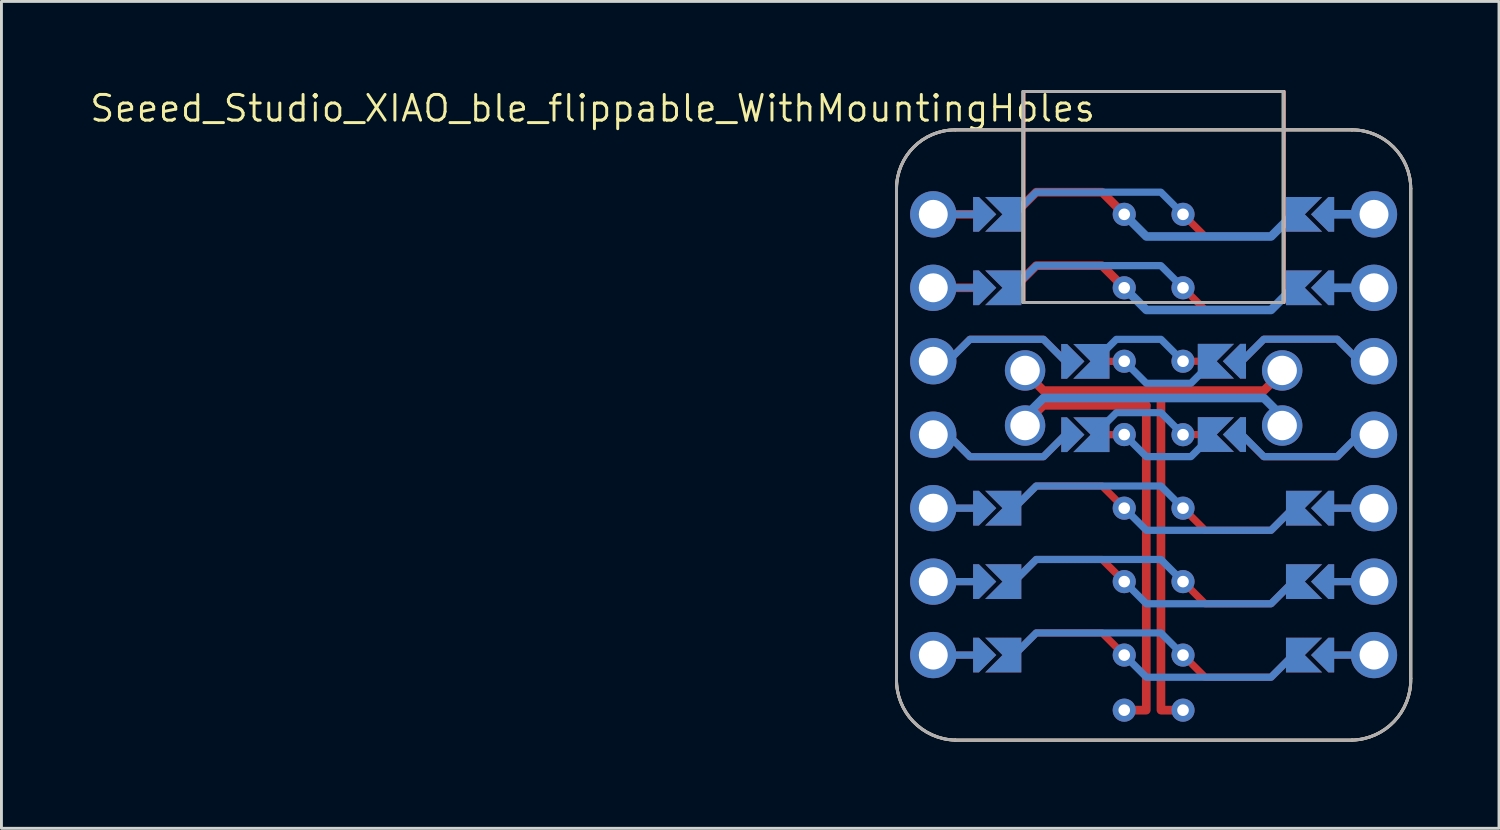
<source format=kicad_pcb>
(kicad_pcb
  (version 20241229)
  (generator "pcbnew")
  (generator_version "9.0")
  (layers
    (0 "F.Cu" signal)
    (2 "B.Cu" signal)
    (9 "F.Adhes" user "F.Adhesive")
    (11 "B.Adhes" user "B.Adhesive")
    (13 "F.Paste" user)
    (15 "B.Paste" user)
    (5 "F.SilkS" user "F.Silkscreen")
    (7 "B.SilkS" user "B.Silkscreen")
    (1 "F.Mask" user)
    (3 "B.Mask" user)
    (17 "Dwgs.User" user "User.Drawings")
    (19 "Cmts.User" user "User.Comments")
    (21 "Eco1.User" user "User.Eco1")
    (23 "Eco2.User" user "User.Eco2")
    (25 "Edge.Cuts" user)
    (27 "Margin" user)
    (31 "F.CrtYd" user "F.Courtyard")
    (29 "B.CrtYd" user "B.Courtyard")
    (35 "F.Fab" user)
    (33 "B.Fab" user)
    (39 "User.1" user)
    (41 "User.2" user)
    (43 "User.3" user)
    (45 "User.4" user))
  (footprint "Seeed_Studio_XIAO_ble_flippable_WithMountingHoles"
    (layer "F.Cu")
    (at 36.84 11.981)
    (property "Reference" "Seeed_Studio_XIAO_ble_flippable_WithMountingHoles" (at -19.399 -11.283 0) (layer "F.SilkS") (effects (font (size 0.889 0.889) (thickness 0.102))))
    (attr smd exclude_from_pos_files)
    (fp_line (start -8.89 -8.509) (end -8.89 8.427) (stroke (width 0.102) (type solid)) (layer "F.SilkS"))
    (fp_line (start -6.858 10.561) (end 6.858 10.561) (stroke (width 0.102) (type solid)) (layer "F.SilkS"))
    (fp_line (start 6.858 -10.541) (end -6.858 -10.541) (stroke (width 0.102) (type solid)) (layer "F.SilkS"))
    (fp_line (start 8.89 8.427) (end 8.89 -8.509) (stroke (width 0.102) (type solid)) (layer "F.SilkS"))
    (fp_rect (start -4.52 -4.569) (end 4.48 -11.869) (stroke (width 0.1) (type solid)) (fill no) (layer "F.SilkS"))
    (fp_arc (start -8.89 -8.509) (mid -8.294841 -9.945841) (end -6.858 -10.541) (stroke (width 0.1016) (type solid)) (layer "F.SilkS"))
    (fp_arc (start -6.858 10.5606) (mid -8.315883 9.914641) (end -8.89 8.427) (stroke (width 0.1016) (type solid)) (layer "F.SilkS"))
    (fp_arc (start 6.858 -10.541) (mid 8.294841 -9.945841) (end 8.89 -8.509) (stroke (width 0.1016) (type solid)) (layer "F.SilkS"))
    (fp_arc (start 8.89 8.427) (mid 8.315883 9.914641) (end 6.858 10.5606) (stroke (width 0.1016) (type solid)) (layer "F.SilkS"))
    (fp_line (start -8.89 8.427) (end -8.89 -8.509) (stroke (width 0.102) (type solid)) (layer "B.SilkS"))
    (fp_line (start -6.858 -10.541) (end 6.858 -10.541) (stroke (width 0.102) (type solid)) (layer "B.SilkS"))
    (fp_line (start 6.858 10.561) (end -6.858 10.561) (stroke (width 0.102) (type solid)) (layer "B.SilkS"))
    (fp_line (start 8.89 -8.509) (end 8.89 8.427) (stroke (width 0.102) (type solid)) (layer "B.SilkS"))
    (fp_rect (start 4.52 -4.569) (end -4.48 -11.869) (stroke (width 0.1) (type solid)) (fill no) (layer "B.SilkS"))
    (fp_arc (start -8.89 -8.509) (mid -8.294841 -9.945841) (end -6.858 -10.541) (stroke (width 0.1016) (type solid)) (layer "B.SilkS"))
    (fp_arc (start -6.858 10.5606) (mid -8.315883 9.914641) (end -8.89 8.427) (stroke (width 0.1016) (type solid)) (layer "B.SilkS"))
    (fp_arc (start 6.858 -10.541) (mid 8.294841 -9.945841) (end 8.89 -8.509) (stroke (width 0.1016) (type solid)) (layer "B.SilkS"))
    (fp_arc (start 8.89 8.427) (mid 8.315883 9.914641) (end 6.858 10.5606) (stroke (width 0.1016) (type solid)) (layer "B.SilkS"))
    (fp_line (start -8.89 -8.509) (end -8.89 8.427) (stroke (width 0.102) (type solid)) (layer "F.Fab"))
    (fp_line (start -6.858 10.561) (end 6.858 10.561) (stroke (width 0.102) (type solid)) (layer "F.Fab"))
    (fp_line (start 6.858 -10.541) (end -6.858 -10.541) (stroke (width 0.102) (type solid)) (layer "F.Fab"))
    (fp_line (start 8.89 8.427) (end 8.89 -8.509) (stroke (width 0.102) (type solid)) (layer "F.Fab"))
    (fp_rect (start -4.52 -4.569) (end 4.48 -11.869) (stroke (width 0.1) (type solid)) (fill no) (layer "F.Fab"))
    (fp_arc (start -8.89 -8.509) (mid -8.294841 -9.945841) (end -6.858 -10.541) (stroke (width 0.1016) (type solid)) (layer "F.Fab"))
    (fp_arc (start -6.858 10.5606) (mid -8.315883 9.914641) (end -8.89 8.427) (stroke (width 0.1016) (type solid)) (layer "F.Fab"))
    (fp_arc (start 6.858 -10.541) (mid 8.294841 -9.945841) (end 8.89 -8.509) (stroke (width 0.1016) (type solid)) (layer "F.Fab"))
    (fp_arc (start 8.89 8.427) (mid 8.315883 9.914641) (end 6.858 10.5606) (stroke (width 0.1016) (type solid)) (layer "F.Fab"))
    (pad "" thru_hole circle (at -7.62 -7.62) (size 1.6 1.6) (drill 1) (layers "*.Cu" "*.Mask"))
    (pad "" thru_hole circle (at -7.62 -5.08) (size 1.6 1.6) (drill 1) (layers "*.Cu" "*.Mask"))
    (pad "" thru_hole circle (at -7.62 -2.54) (size 1.6 1.6) (drill 1) (layers "*.Cu" "*.Mask"))
    (pad "" thru_hole circle (at -7.62 0) (size 1.6 1.6) (drill 1) (layers "*.Cu" "*.Mask"))
    (pad "" thru_hole circle (at -7.62 2.54) (size 1.6 1.6) (drill 1) (layers "*.Cu" "*.Mask"))
    (pad "" thru_hole circle (at -7.62 5.08) (size 1.6 1.6) (drill 1) (layers "*.Cu" "*.Mask"))
    (pad "" thru_hole circle (at -7.62 7.62) (size 1.6 1.6) (drill 1) (layers "*.Cu" "*.Mask"))
    (pad "" smd custom (at -7.112 -2.54 270) (size 0.25 0.25) (layers "F.Cu") (options (anchor circle)) (primitives (gr_line (start -0.762 -0.762) (end 0 0) (width 0.25)) (gr_line (start -0.762 -3.302) (end -0.762 -0.762) (width 0.25)) (gr_line (start 0 -4.064) (end -0.762 -3.302) (width 0.25))))
    (pad "" smd custom (at -7.112 0 270) (size 0.25 0.25) (layers "B.Cu") (options (anchor circle)) (primitives (gr_line (start 0 0) (end 0.762 -0.762) (width 0.25)) (gr_line (start 0.762 -0.762) (end 0.762 -3.302) (width 0.25)) (gr_line (start 0.762 -3.302) (end 0 -4.064) (width 0.25))))
    (pad "" smd custom (at -6.35 -7.62 90) (size 0.25 1) (layers "B.Cu") (options (anchor rect)) (primitives))
    (pad "" smd custom (at -6.35 -7.62 90) (size 0.3 1) (layers "F.Cu") (options (anchor rect)) (primitives))
    (pad "" smd custom (at -6.35 -5.08 90) (size 0.25 1) (layers "B.Cu") (options (anchor rect)) (primitives))
    (pad "" smd custom (at -6.35 -5.08 90) (size 0.3 1) (layers "F.Cu") (options (anchor rect)) (primitives))
    (pad "" smd custom (at -6.35 2.54 90) (size 0.25 1) (layers "F.Cu") (options (anchor rect)) (primitives))
    (pad "" smd custom (at -6.35 2.54 90) (size 0.25 1) (layers "B.Cu") (options (anchor rect)) (primitives))
    (pad "" smd custom (at -6.35 5.08 90) (size 0.25 1) (layers "F.Cu") (options (anchor rect)) (primitives))
    (pad "" smd custom (at -6.35 5.08 90) (size 0.25 1) (layers "B.Cu") (options (anchor rect)) (primitives))
    (pad "" smd custom (at -6.35 7.62 90) (size 0.25 1) (layers "F.Cu") (options (anchor rect)) (primitives))
    (pad "" smd custom (at -6.35 7.62 90) (size 0.25 1) (layers "B.Cu") (options (anchor rect)) (primitives))
    (pad "" smd custom (at -5.842 -7.62 90) (size 0.1 0.1) (layers "F.Cu" "F.Mask") (options (anchor rect)) (primitives (gr_poly (pts (xy 0.6 -0.4) (xy -0.6 -0.4) (xy -0.6 -0.2) (xy 0 0.4) (xy 0.6 -0.2)) (width 0) (fill yes))))
    (pad "" smd custom (at -5.842 -7.62 90) (size 0.1 0.1) (layers "B.Cu" "B.Mask") (options (anchor rect)) (primitives (gr_poly (pts (xy 0.6 -0.4) (xy -0.6 -0.4) (xy -0.6 -0.2) (xy 0 0.4) (xy 0.6 -0.2)) (width 0) (fill yes))))
    (pad "" smd custom (at -5.842 -5.08 90) (size 0.1 0.1) (layers "F.Cu" "F.Mask") (options (anchor rect)) (primitives (gr_poly (pts (xy 0.6 -0.4) (xy -0.6 -0.4) (xy -0.6 -0.2) (xy 0 0.4) (xy 0.6 -0.2)) (width 0) (fill yes))))
    (pad "" smd custom (at -5.842 -5.08 90) (size 0.1 0.1) (layers "B.Cu" "B.Mask") (options (anchor rect)) (primitives (gr_poly (pts (xy 0.6 -0.4) (xy -0.6 -0.4) (xy -0.6 -0.2) (xy 0 0.4) (xy 0.6 -0.2)) (width 0) (fill yes))))
    (pad "" smd custom (at -5.842 2.54 90) (size 0.1 0.1) (layers "F.Cu" "F.Mask") (options (anchor rect)) (primitives (gr_poly (pts (xy 0.6 -0.4) (xy -0.6 -0.4) (xy -0.6 -0.2) (xy 0 0.4) (xy 0.6 -0.2)) (width 0) (fill yes))))
    (pad "" smd custom (at -5.842 2.54 90) (size 0.1 0.1) (layers "B.Cu" "B.Mask") (options (anchor rect)) (primitives (gr_poly (pts (xy 0.6 -0.4) (xy -0.6 -0.4) (xy -0.6 -0.2) (xy 0 0.4) (xy 0.6 -0.2)) (width 0) (fill yes))))
    (pad "" smd custom (at -5.842 5.08 90) (size 0.1 0.1) (layers "F.Cu" "F.Mask") (options (anchor rect)) (primitives (gr_poly (pts (xy 0.6 -0.4) (xy -0.6 -0.4) (xy -0.6 -0.2) (xy 0 0.4) (xy 0.6 -0.2)) (width 0) (fill yes))))
    (pad "" smd custom (at -5.842 5.08 90) (size 0.1 0.1) (layers "B.Cu" "B.Mask") (options (anchor rect)) (primitives (gr_poly (pts (xy 0.6 -0.4) (xy -0.6 -0.4) (xy -0.6 -0.2) (xy 0 0.4) (xy 0.6 -0.2)) (width 0) (fill yes))))
    (pad "" smd custom (at -5.842 7.62 90) (size 0.1 0.1) (layers "F.Cu" "F.Mask") (options (anchor rect)) (primitives (gr_poly (pts (xy 0.6 -0.4) (xy -0.6 -0.4) (xy -0.6 -0.2) (xy 0 0.4) (xy 0.6 -0.2)) (width 0) (fill yes))))
    (pad "" smd custom (at -5.842 7.62 90) (size 0.1 0.1) (layers "B.Cu" "B.Mask") (options (anchor rect)) (primitives (gr_poly (pts (xy 0.6 -0.4) (xy -0.6 -0.4) (xy -0.6 -0.2) (xy 0 0.4) (xy 0.6 -0.2)) (width 0) (fill yes))))
    (pad "" smd custom (at -3.048 -2.536 90) (size 0.25 0.25) (layers "B.Cu") (options (anchor circle)) (primitives (gr_line (start 0 0) (end 0.762 -0.762) (width 0.25)) (gr_line (start 0.762 -0.762) (end 0.762 -3.302) (width 0.25)) (gr_line (start 0.762 -3.302) (end 0 -4.064) (width 0.25))))
    (pad "" smd custom (at -3.048 0 90) (size 0.25 0.25) (layers "F.Cu") (options (anchor circle)) (primitives (gr_line (start -0.762 -0.762) (end 0 0) (width 0.25)) (gr_line (start -0.762 -3.302) (end -0.762 -0.762) (width 0.25)) (gr_line (start 0 -4.064) (end -0.762 -3.302) (width 0.25))))
    (pad "" smd custom (at -2.794 -2.536 90) (size 0.1 0.1) (layers "F.Cu" "F.Mask") (options (anchor rect)) (primitives (gr_poly (pts (xy 0.6 -0.4) (xy -0.6 -0.4) (xy -0.6 -0.2) (xy 0 0.4) (xy 0.6 -0.2)) (width 0) (fill yes))))
    (pad "" smd custom (at -2.794 -2.536 90) (size 0.1 0.1) (layers "B.Cu" "B.Mask") (options (anchor rect)) (primitives (gr_poly (pts (xy 0.6 -0.4) (xy -0.6 -0.4) (xy -0.6 -0.2) (xy 0 0.4) (xy 0.6 -0.2)) (width 0) (fill yes))))
    (pad "" smd custom (at -2.794 0 90) (size 0.1 0.1) (layers "F.Cu" "F.Mask") (options (anchor rect)) (primitives (gr_poly (pts (xy 0.6 -0.4) (xy -0.6 -0.4) (xy -0.6 -0.2) (xy 0 0.4) (xy 0.6 -0.2)) (width 0) (fill yes))))
    (pad "" smd custom (at -2.794 0 90) (size 0.1 0.1) (layers "B.Cu" "B.Mask") (options (anchor rect)) (primitives (gr_poly (pts (xy 0.6 -0.4) (xy -0.6 -0.4) (xy -0.6 -0.2) (xy 0 0.4) (xy 0.6 -0.2)) (width 0) (fill yes))))
    (pad "" smd custom (at 2.794 -2.54 270) (size 0.1 0.1) (layers "F.Cu" "F.Mask") (options (anchor rect)) (primitives (gr_poly (pts (xy 0.6 -0.4) (xy -0.6 -0.4) (xy -0.6 -0.2) (xy 0 0.4) (xy 0.6 -0.2)) (width 0) (fill yes))))
    (pad "" smd custom (at 2.794 -2.54 270) (size 0.1 0.1) (layers "B.Cu" "B.Mask") (options (anchor rect)) (primitives (gr_poly (pts (xy 0.6 -0.4) (xy -0.6 -0.4) (xy -0.6 -0.2) (xy 0 0.4) (xy 0.6 -0.2)) (width 0) (fill yes))))
    (pad "" smd custom (at 2.794 -0.004 270) (size 0.1 0.1) (layers "F.Cu" "F.Mask") (options (anchor rect)) (primitives (gr_poly (pts (xy 0.6 -0.4) (xy -0.6 -0.4) (xy -0.6 -0.2) (xy 0 0.4) (xy 0.6 -0.2)) (width 0) (fill yes))))
    (pad "" smd custom (at 2.794 -0.004 270) (size 0.1 0.1) (layers "B.Cu" "B.Mask") (options (anchor rect)) (primitives (gr_poly (pts (xy 0.6 -0.4) (xy -0.6 -0.4) (xy -0.6 -0.2) (xy 0 0.4) (xy 0.6 -0.2)) (width 0) (fill yes))))
    (pad "" smd custom (at 3.048 -2.54 270) (size 0.25 0.25) (layers "F.Cu") (options (anchor circle)) (primitives (gr_line (start -0.762 -0.762) (end 0 0) (width 0.25)) (gr_line (start -0.762 -3.302) (end -0.762 -0.762) (width 0.25)) (gr_line (start 0 -4.064) (end -0.762 -3.302) (width 0.25))))
    (pad "" smd custom (at 3.048 -0.004 270) (size 0.25 0.25) (layers "B.Cu") (options (anchor circle)) (primitives (gr_line (start 0 0) (end 0.762 -0.762) (width 0.25)) (gr_line (start 0.762 -0.762) (end 0.762 -3.302) (width 0.25)) (gr_line (start 0.762 -3.302) (end 0 -4.064) (width 0.25))))
    (pad "" smd custom (at 5.842 -7.62 270) (size 0.1 0.1) (layers "F.Cu" "F.Mask") (options (anchor rect)) (primitives (gr_poly (pts (xy 0.6 -0.4) (xy -0.6 -0.4) (xy -0.6 -0.2) (xy 0 0.4) (xy 0.6 -0.2)) (width 0) (fill yes))))
    (pad "" smd custom (at 5.842 -7.62 270) (size 0.1 0.1) (layers "B.Cu" "B.Mask") (options (anchor rect)) (primitives (gr_poly (pts (xy 0.6 -0.4) (xy -0.6 -0.4) (xy -0.6 -0.2) (xy 0 0.4) (xy 0.6 -0.2)) (width 0) (fill yes))))
    (pad "" smd custom (at 5.842 -5.08 270) (size 0.1 0.1) (layers "F.Cu" "F.Mask") (options (anchor rect)) (primitives (gr_poly (pts (xy 0.6 -0.4) (xy -0.6 -0.4) (xy -0.6 -0.2) (xy 0 0.4) (xy 0.6 -0.2)) (width 0) (fill yes))))
    (pad "" smd custom (at 5.842 -5.08 270) (size 0.1 0.1) (layers "B.Cu" "B.Mask") (options (anchor rect)) (primitives (gr_poly (pts (xy 0.6 -0.4) (xy -0.6 -0.4) (xy -0.6 -0.2) (xy 0 0.4) (xy 0.6 -0.2)) (width 0) (fill yes))))
    (pad "" smd custom (at 5.842 2.54 270) (size 0.1 0.1) (layers "F.Cu" "F.Mask") (options (anchor rect)) (primitives (gr_poly (pts (xy 0.6 -0.4) (xy -0.6 -0.4) (xy -0.6 -0.2) (xy 0 0.4) (xy 0.6 -0.2)) (width 0) (fill yes))))
    (pad "" smd custom (at 5.842 2.54 270) (size 0.1 0.1) (layers "B.Cu" "B.Mask") (options (anchor rect)) (primitives (gr_poly (pts (xy 0.6 -0.4) (xy -0.6 -0.4) (xy -0.6 -0.2) (xy 0 0.4) (xy 0.6 -0.2)) (width 0) (fill yes))))
    (pad "" smd custom (at 5.842 5.08 270) (size 0.1 0.1) (layers "F.Cu" "F.Mask") (options (anchor rect)) (primitives (gr_poly (pts (xy 0.6 -0.4) (xy -0.6 -0.4) (xy -0.6 -0.2) (xy 0 0.4) (xy 0.6 -0.2)) (width 0) (fill yes))))
    (pad "" smd custom (at 5.842 5.08 270) (size 0.1 0.1) (layers "B.Cu" "B.Mask") (options (anchor rect)) (primitives (gr_poly (pts (xy 0.6 -0.4) (xy -0.6 -0.4) (xy -0.6 -0.2) (xy 0 0.4) (xy 0.6 -0.2)) (width 0) (fill yes))))
    (pad "" smd custom (at 5.842 7.62 270) (size 0.1 0.1) (layers "F.Cu" "F.Mask") (options (anchor rect)) (primitives (gr_poly (pts (xy 0.6 -0.4) (xy -0.6 -0.4) (xy -0.6 -0.2) (xy 0 0.4) (xy 0.6 -0.2)) (width 0) (fill yes))))
    (pad "" smd custom (at 5.842 7.62 270) (size 0.1 0.1) (layers "B.Cu" "B.Mask") (options (anchor rect)) (primitives (gr_poly (pts (xy 0.6 -0.4) (xy -0.6 -0.4) (xy -0.6 -0.2) (xy 0 0.4) (xy 0.6 -0.2)) (width 0) (fill yes))))
    (pad "" smd custom (at 6.35 -7.62 270) (size 0.25 1) (layers "F.Cu") (options (anchor rect)) (primitives))
    (pad "" smd custom (at 6.35 -7.62 270) (size 0.3 1) (layers "B.Cu") (options (anchor rect)) (primitives))
    (pad "" smd custom (at 6.35 -5.08 270) (size 0.25 1) (layers "F.Cu") (options (anchor rect)) (primitives))
    (pad "" smd custom (at 6.35 -5.08 270) (size 0.3 1) (layers "B.Cu") (options (anchor rect)) (primitives))
    (pad "" smd custom (at 6.35 2.54 270) (size 0.25 1) (layers "F.Cu") (options (anchor rect)) (primitives))
    (pad "" smd custom (at 6.35 2.54 270) (size 0.25 1) (layers "B.Cu") (options (anchor rect)) (primitives))
    (pad "" smd custom (at 6.35 5.08 270) (size 0.25 1) (layers "F.Cu") (options (anchor rect)) (primitives))
    (pad "" smd custom (at 6.35 5.08 270) (size 0.25 1) (layers "B.Cu") (options (anchor rect)) (primitives))
    (pad "" smd custom (at 6.35 7.62 270) (size 0.25 1) (layers "F.Cu") (options (anchor rect)) (primitives))
    (pad "" smd custom (at 6.35 7.62 270) (size 0.25 1) (layers "B.Cu") (options (anchor rect)) (primitives))
    (pad "" smd custom (at 7.112 -2.54 90) (size 0.25 0.25) (layers "B.Cu") (options (anchor circle)) (primitives (gr_line (start 0 0) (end 0.762 -0.762) (width 0.25)) (gr_line (start 0.762 -0.762) (end 0.762 -3.302) (width 0.25)) (gr_line (start 0.762 -3.302) (end 0 -4.064) (width 0.25))))
    (pad "" smd custom (at 7.112 0 90) (size 0.25 0.25) (layers "F.Cu") (options (anchor circle)) (primitives (gr_line (start -0.762 -0.762) (end 0 0) (width 0.25)) (gr_line (start -0.762 -3.302) (end -0.762 -0.762) (width 0.25)) (gr_line (start 0 -4.064) (end -0.762 -3.302) (width 0.25))))
    (pad "" thru_hole circle (at 7.62 -7.62 180) (size 1.6 1.6) (drill 1) (layers "*.Cu" "*.Mask"))
    (pad "" thru_hole circle (at 7.62 -5.08 180) (size 1.6 1.6) (drill 1) (layers "*.Cu" "*.Mask"))
    (pad "" thru_hole circle (at 7.62 -2.54 180) (size 1.6 1.6) (drill 1) (layers "*.Cu" "*.Mask"))
    (pad "" thru_hole circle (at 7.62 0 180) (size 1.6 1.6) (drill 1) (layers "*.Cu" "*.Mask"))
    (pad "" thru_hole circle (at 7.62 2.54 180) (size 1.6 1.6) (drill 1) (layers "*.Cu" "*.Mask"))
    (pad "" thru_hole circle (at 7.62 5.08 180) (size 1.6 1.6) (drill 1) (layers "*.Cu" "*.Mask"))
    (pad "" thru_hole circle (at 7.62 7.62 180) (size 1.6 1.6) (drill 1) (layers "*.Cu" "*.Mask"))
    (pad "1" smd custom (at -4.826 -7.62 90) (size 1.2 0.5) (layers "B.Cu" "B.Mask") (options (anchor rect)) (primitives (gr_poly (pts (xy 0.6 0) (xy -0.6 0) (xy -0.6 -1) (xy 0 -0.4) (xy 0.6 -1)) (width 0) (fill yes))))
    (pad "1" smd custom (at 1.016 -7.62 270) (size 0.25 0.25) (layers "F.Cu") (options (anchor circle)) (primitives (gr_line (start 0 0) (end 0.766 -0.766) (width 0.25)) (gr_line (start 0.766 -0.766) (end 0.766 -3.044) (width 0.25)) (gr_line (start 0.766 -3.044) (end 0 -3.81) (width 0.25))))
    (pad "1" smd custom (at 1.016 -7.62 270) (size 0.25 0.25) (layers "B.Cu") (options (anchor circle)) (primitives (gr_line (start 0 0) (end -0.766 0.766) (width 0.25)) (gr_line (start -0.766 0.766) (end -0.766 5.076) (width 0.25)) (gr_line (start -0.766 5.076) (end 0 5.842) (width 0.25))))
    (pad "1" thru_hole circle (at 1.016 -7.62 90) (size 0.8 0.8) (drill 0.4) (layers "*.Cu"))
    (pad "1" smd custom (at 4.826 -7.62 270) (size 1.2 0.5) (layers "F.Cu" "F.Mask") (options (anchor rect)) (primitives (gr_poly (pts (xy 0.6 0) (xy -0.6 0) (xy -0.6 -1) (xy 0 -0.4) (xy 0.6 -1)) (width 0) (fill yes))))
    (pad "2" smd custom (at -4.826 -5.08 90) (size 1.2 0.5) (layers "B.Cu" "B.Mask") (options (anchor rect)) (primitives (gr_poly (pts (xy 0.6 0) (xy -0.6 0) (xy -0.6 -1) (xy 0 -0.4) (xy 0.6 -1)) (width 0) (fill yes))))
    (pad "2" smd custom (at 1.016 -5.08 270) (size 0.25 0.25) (layers "F.Cu") (options (anchor circle)) (primitives (gr_line (start 0 0) (end 0.766 -0.766) (width 0.25)) (gr_line (start 0.766 -0.766) (end 0.766 -3.044) (width 0.25)) (gr_line (start 0.766 -3.044) (end 0 -3.81) (width 0.25))))
    (pad "2" smd custom (at 1.016 -5.08 270) (size 0.25 0.25) (layers "B.Cu") (options (anchor circle)) (primitives (gr_line (start 0 0) (end -0.766 0.766) (width 0.25)) (gr_line (start -0.766 0.766) (end -0.766 5.076) (width 0.25)) (gr_line (start -0.766 5.076) (end 0 5.842) (width 0.25))))
    (pad "2" thru_hole circle (at 1.016 -5.08 90) (size 0.8 0.8) (drill 0.4) (layers "*.Cu"))
    (pad "2" smd custom (at 4.826 -5.08 270) (size 1.2 0.5) (layers "F.Cu" "F.Mask") (options (anchor rect)) (primitives (gr_poly (pts (xy 0.6 0) (xy -0.6 0) (xy -0.6 -1) (xy 0 -0.4) (xy 0.6 -1)) (width 0) (fill yes))))
    (pad "3" smd custom (at -1.778 -2.536 90) (size 1.2 0.5) (layers "B.Cu" "B.Mask") (options (anchor rect)) (primitives (gr_poly (pts (xy 0.6 0) (xy -0.6 0) (xy -0.6 -1) (xy 0 -0.4) (xy 0.6 -1)) (width 0) (fill yes))))
    (pad "3" thru_hole circle (at 1.016 -2.54 270) (size 0.8 0.8) (drill 0.4) (layers "*.Cu"))
    (pad "3" smd custom (at 1.016 -2.536 90) (size 0.25 0.25) (layers "B.Cu") (options (anchor circle)) (primitives (gr_line (start 0 0) (end 0.762 -0.762) (width 0.25)) (gr_line (start 0.762 -0.762) (end 0.762 -2.306) (width 0.25)) (gr_line (start 0.762 -2.306) (end 0 -3.068) (width 0.25))))
    (pad "3" smd custom (at 1.27 -2.54 270) (size 0.25 1) (layers "F.Cu") (options (anchor rect)) (primitives))
    (pad "3" smd custom (at 1.778 -2.54 270) (size 1.2 0.5) (layers "F.Cu" "F.Mask") (options (anchor rect)) (primitives (gr_poly (pts (xy 0.6 0) (xy -0.6 0) (xy -0.6 -1) (xy 0 -0.4) (xy 0.6 -1)) (width 0) (fill yes))))
    (pad "4" smd custom (at -1.778 0 90) (size 1.2 0.5) (layers "B.Cu" "B.Mask") (options (anchor rect)) (primitives (gr_poly (pts (xy 0.6 0) (xy -0.6 0) (xy -0.6 -1) (xy 0 -0.4) (xy 0.6 -1)) (width 0) (fill yes))))
    (pad "4" smd custom (at 1.016 0 90) (size 0.25 0.25) (layers "B.Cu") (options (anchor circle)) (primitives (gr_line (start 0 0) (end 0.762 -0.762) (width 0.25)) (gr_line (start 0.762 -0.762) (end 0.762 -2.306) (width 0.25)) (gr_line (start 0.762 -2.306) (end 0 -3.068) (width 0.25))))
    (pad "4" thru_hole circle (at 1.016 0 90) (size 0.8 0.8) (drill 0.4) (layers "*.Cu"))
    (pad "4" smd custom (at 1.27 -0.004 90) (size 0.25 1) (layers "F.Cu") (options (anchor rect)) (primitives))
    (pad "4" smd custom (at 1.778 -0.004 270) (size 1.2 0.5) (layers "F.Cu" "F.Mask") (options (anchor rect)) (primitives (gr_poly (pts (xy 0.6 0) (xy -0.6 0) (xy -0.6 -1) (xy 0 -0.4) (xy 0.6 -1)) (width 0) (fill yes))))
    (pad "5" smd custom (at -4.826 2.54 90) (size 1.2 0.5) (layers "B.Cu" "B.Mask") (options (anchor rect)) (primitives (gr_poly (pts (xy 0.6 0) (xy -0.6 0) (xy -0.6 -1) (xy 0 -0.4) (xy 0.6 -1)) (width 0) (fill yes))))
    (pad "5" smd custom (at 1.016 2.54 270) (size 0.25 0.25) (layers "F.Cu") (options (anchor circle)) (primitives (gr_line (start 0 0) (end 0.766 -0.766) (width 0.25)) (gr_line (start 0.766 -0.766) (end 0.766 -3.044) (width 0.25)) (gr_line (start 0.766 -3.044) (end 0 -3.81) (width 0.25))))
    (pad "5" smd custom (at 1.016 2.54 270) (size 0.25 0.25) (layers "B.Cu") (options (anchor circle)) (primitives (gr_line (start 0 0) (end -0.766 0.766) (width 0.25)) (gr_line (start -0.766 0.766) (end -0.766 5.076) (width 0.25)) (gr_line (start -0.766 5.076) (end 0 5.842) (width 0.25))))
    (pad "5" thru_hole circle (at 1.016 2.54 90) (size 0.8 0.8) (drill 0.4) (layers "*.Cu"))
    (pad "5" smd custom (at 4.826 2.54 270) (size 1.2 0.5) (layers "F.Cu" "F.Mask") (options (anchor rect)) (primitives (gr_poly (pts (xy 0.6 0) (xy -0.6 0) (xy -0.6 -1) (xy 0 -0.4) (xy 0.6 -1)) (width 0) (fill yes))))
    (pad "6" smd custom (at -4.826 5.08 90) (size 1.2 0.5) (layers "B.Cu" "B.Mask") (options (anchor rect)) (primitives (gr_poly (pts (xy 0.6 0) (xy -0.6 0) (xy -0.6 -1) (xy 0 -0.4) (xy 0.6 -1)) (width 0) (fill yes))))
    (pad "6" smd custom (at 1.016 5.08 270) (size 0.25 0.25) (layers "F.Cu") (options (anchor circle)) (primitives (gr_line (start 0 0) (end 0.766 -0.766) (width 0.25)) (gr_line (start 0.766 -0.766) (end 0.766 -3.044) (width 0.25)) (gr_line (start 0.766 -3.044) (end 0 -3.81) (width 0.25))))
    (pad "6" smd custom (at 1.016 5.08 270) (size 0.25 0.25) (layers "B.Cu") (options (anchor circle)) (primitives (gr_line (start 0 0) (end -0.766 0.766) (width 0.25)) (gr_line (start -0.766 0.766) (end -0.766 5.076) (width 0.25)) (gr_line (start -0.766 5.076) (end 0 5.842) (width 0.25))))
    (pad "6" thru_hole circle (at 1.016 5.08 90) (size 0.8 0.8) (drill 0.4) (layers "*.Cu"))
    (pad "6" smd custom (at 4.826 5.08 270) (size 1.2 0.5) (layers "F.Cu" "F.Mask") (options (anchor rect)) (primitives (gr_poly (pts (xy 0.6 0) (xy -0.6 0) (xy -0.6 -1) (xy 0 -0.4) (xy 0.6 -1)) (width 0) (fill yes))))
    (pad "7" smd custom (at -4.826 7.62 90) (size 1.2 0.5) (layers "B.Cu" "B.Mask") (options (anchor rect)) (primitives (gr_poly (pts (xy 0.6 0) (xy -0.6 0) (xy -0.6 -1) (xy 0 -0.4) (xy 0.6 -1)) (width 0) (fill yes))))
    (pad "7" smd custom (at 1.016 7.62 270) (size 0.25 0.25) (layers "F.Cu") (options (anchor circle)) (primitives (gr_line (start 0 0) (end 0.766 -0.766) (width 0.25)) (gr_line (start 0.766 -0.766) (end 0.766 -3.044) (width 0.25)) (gr_line (start 0.766 -3.044) (end 0 -3.81) (width 0.25))))
    (pad "7" smd custom (at 1.016 7.62 270) (size 0.25 0.25) (layers "B.Cu") (options (anchor circle)) (primitives (gr_line (start 0 0) (end -0.766 0.766) (width 0.25)) (gr_line (start -0.766 0.766) (end -0.766 5.076) (width 0.25)) (gr_line (start -0.766 5.076) (end 0 5.842) (width 0.25))))
    (pad "7" thru_hole circle (at 1.016 7.62 90) (size 0.8 0.8) (drill 0.4) (layers "*.Cu"))
    (pad "7" smd custom (at 4.826 7.62 270) (size 1.2 0.5) (layers "F.Cu" "F.Mask") (options (anchor rect)) (primitives (gr_poly (pts (xy 0.6 0) (xy -0.6 0) (xy -0.6 -1) (xy 0 -0.4) (xy 0.6 -1)) (width 0) (fill yes))))
    (pad "8" smd custom (at -4.826 7.62 90) (size 1.2 0.5) (layers "F.Cu" "F.Mask") (options (anchor rect)) (primitives (gr_poly (pts (xy 0.6 0) (xy -0.6 0) (xy -0.6 -1) (xy 0 -0.4) (xy 0.6 -1)) (width 0) (fill yes))))
    (pad "8" smd custom (at -1.016 7.62 90) (size 0.25 0.25) (layers "F.Cu") (options (anchor circle)) (primitives (gr_line (start 0 0) (end 0.766 -0.766) (width 0.25)) (gr_line (start 0.766 -0.766) (end 0.766 -3.044) (width 0.25)) (gr_line (start 0.766 -3.044) (end 0 -3.81) (width 0.25))))
    (pad "8" smd custom (at -1.016 7.62 90) (size 0.25 0.25) (layers "B.Cu") (options (anchor circle)) (primitives (gr_line (start 0 0) (end -0.766 0.766) (width 0.25)) (gr_line (start -0.766 0.766) (end -0.766 5.076) (width 0.25)) (gr_line (start -0.766 5.076) (end 0 5.842) (width 0.25))))
    (pad "8" thru_hole circle (at -1.016 7.62 90) (size 0.8 0.8) (drill 0.4) (layers "*.Cu"))
    (pad "8" smd custom (at 4.826 7.62 270) (size 1.2 0.5) (layers "B.Cu" "B.Mask") (options (anchor rect)) (primitives (gr_poly (pts (xy 0.6 0) (xy -0.6 0) (xy -0.6 -1) (xy 0 -0.4) (xy 0.6 -1)) (width 0) (fill yes))))
    (pad "9" smd custom (at -4.826 5.08 90) (size 1.2 0.5) (layers "F.Cu" "F.Mask") (options (anchor rect)) (primitives (gr_poly (pts (xy 0.6 0) (xy -0.6 0) (xy -0.6 -1) (xy 0 -0.4) (xy 0.6 -1)) (width 0) (fill yes))))
    (pad "9" smd custom (at -1.016 5.08 90) (size 0.25 0.25) (layers "F.Cu") (options (anchor circle)) (primitives (gr_line (start 0 0) (end 0.766 -0.766) (width 0.25)) (gr_line (start 0.766 -0.766) (end 0.766 -3.044) (width 0.25)) (gr_line (start 0.766 -3.044) (end 0 -3.81) (width 0.25))))
    (pad "9" smd custom (at -1.016 5.08 90) (size 0.25 0.25) (layers "B.Cu") (options (anchor circle)) (primitives (gr_line (start 0 0) (end -0.766 0.766) (width 0.25)) (gr_line (start -0.766 0.766) (end -0.766 5.076) (width 0.25)) (gr_line (start -0.766 5.076) (end 0 5.842) (width 0.25))))
    (pad "9" thru_hole circle (at -1.016 5.08 90) (size 0.8 0.8) (drill 0.4) (layers "*.Cu"))
    (pad "9" smd custom (at 4.826 5.08 270) (size 1.2 0.5) (layers "B.Cu" "B.Mask") (options (anchor rect)) (primitives (gr_poly (pts (xy 0.6 0) (xy -0.6 0) (xy -0.6 -1) (xy 0 -0.4) (xy 0.6 -1)) (width 0) (fill yes))))
    (pad "10" smd custom (at -4.826 2.54 90) (size 1.2 0.5) (layers "F.Cu" "F.Mask") (options (anchor rect)) (primitives (gr_poly (pts (xy 0.6 0) (xy -0.6 0) (xy -0.6 -1) (xy 0 -0.4) (xy 0.6 -1)) (width 0) (fill yes))))
    (pad "10" smd custom (at -1.016 2.54 90) (size 0.25 0.25) (layers "F.Cu") (options (anchor circle)) (primitives (gr_line (start 0 0) (end 0.766 -0.766) (width 0.25)) (gr_line (start 0.766 -0.766) (end 0.766 -3.044) (width 0.25)) (gr_line (start 0.766 -3.044) (end 0 -3.81) (width 0.25))))
    (pad "10" smd custom (at -1.016 2.54 90) (size 0.25 0.25) (layers "B.Cu") (options (anchor circle)) (primitives (gr_line (start 0 0) (end -0.766 0.766) (width 0.25)) (gr_line (start -0.766 0.766) (end -0.766 5.076) (width 0.25)) (gr_line (start -0.766 5.076) (end 0 5.842) (width 0.25))))
    (pad "10" thru_hole circle (at -1.016 2.54 90) (size 0.8 0.8) (drill 0.4) (layers "*.Cu"))
    (pad "10" smd custom (at 4.826 2.54 270) (size 1.2 0.5) (layers "B.Cu" "B.Mask") (options (anchor rect)) (primitives (gr_poly (pts (xy 0.6 0) (xy -0.6 0) (xy -0.6 -1) (xy 0 -0.4) (xy 0.6 -1)) (width 0) (fill yes))))
    (pad "11" smd custom (at -1.778 0 90) (size 1.2 0.5) (layers "F.Cu" "F.Mask") (options (anchor rect)) (primitives (gr_poly (pts (xy 0.6 0) (xy -0.6 0) (xy -0.6 -1) (xy 0 -0.4) (xy 0.6 -1)) (width 0) (fill yes))))
    (pad "11" smd custom (at -1.27 0 90) (size 0.25 1) (layers "F.Cu") (options (anchor rect)) (primitives))
    (pad "11" smd custom (at -1.016 -0.004 270) (size 0.25 0.25) (layers "B.Cu") (options (anchor circle)) (primitives (gr_line (start 0 0) (end 0.762 -0.762) (width 0.25)) (gr_line (start 0.762 -0.762) (end 0.762 -2.306) (width 0.25)) (gr_line (start 0.762 -2.306) (end 0 -3.068) (width 0.25))))
    (pad "11" thru_hole circle (at -1.016 -0.004 90) (size 0.8 0.8) (drill 0.4) (layers "*.Cu"))
    (pad "11" smd custom (at 1.778 -0.004 270) (size 1.2 0.5) (layers "B.Cu" "B.Mask") (options (anchor rect)) (primitives (gr_poly (pts (xy 0.6 0) (xy -0.6 0) (xy -0.6 -1) (xy 0 -0.4) (xy 0.6 -1)) (width 0) (fill yes))))
    (pad "12" smd custom (at -1.778 -2.536 90) (size 1.2 0.5) (layers "F.Cu" "F.Mask") (options (anchor rect)) (primitives (gr_poly (pts (xy 0.6 0) (xy -0.6 0) (xy -0.6 -1) (xy 0 -0.4) (xy 0.6 -1)) (width 0) (fill yes))))
    (pad "12" smd custom (at -1.27 -2.536 270) (size 0.25 1) (layers "F.Cu") (options (anchor rect)) (primitives))
    (pad "12" smd custom (at -1.016 -2.54 270) (size 0.25 0.25) (layers "B.Cu") (options (anchor circle)) (primitives (gr_line (start 0 0) (end 0.762 -0.762) (width 0.25)) (gr_line (start 0.762 -0.762) (end 0.762 -2.306) (width 0.25)) (gr_line (start 0.762 -2.306) (end 0 -3.068) (width 0.25))))
    (pad "12" thru_hole circle (at -1.016 -2.54 270) (size 0.8 0.8) (drill 0.4) (layers "*.Cu"))
    (pad "12" smd custom (at 1.778 -2.54 270) (size 1.2 0.5) (layers "B.Cu" "B.Mask") (options (anchor rect)) (primitives (gr_poly (pts (xy 0.6 0) (xy -0.6 0) (xy -0.6 -1) (xy 0 -0.4) (xy 0.6 -1)) (width 0) (fill yes))))
    (pad "13" smd custom (at -4.826 -5.08 90) (size 1.2 0.5) (layers "F.Cu" "F.Mask") (options (anchor rect)) (primitives (gr_poly (pts (xy 0.6 0) (xy -0.6 0) (xy -0.6 -1) (xy 0 -0.4) (xy 0.6 -1)) (width 0) (fill yes))))
    (pad "13" smd custom (at -1.016 -5.08 90) (size 0.25 0.25) (layers "F.Cu") (options (anchor circle)) (primitives (gr_line (start 0 0) (end 0.766 -0.766) (width 0.3)) (gr_line (start 0.766 -0.766) (end 0.766 -3.044) (width 0.3)) (gr_line (start 0.766 -3.044) (end 0 -3.81) (width 0.3))))
    (pad "13" smd custom (at -1.016 -5.08 90) (size 0.25 0.25) (layers "B.Cu") (options (anchor circle)) (primitives (gr_line (start 0 0) (end -0.766 0.766) (width 0.3)) (gr_line (start -0.766 0.766) (end -0.766 5.076) (width 0.3)) (gr_line (start -0.766 5.076) (end 0 5.842) (width 0.3))))
    (pad "13" thru_hole circle (at -1.016 -5.08 90) (size 0.8 0.8) (drill 0.4) (layers "*.Cu"))
    (pad "13" smd custom (at 4.826 -5.08 270) (size 1.2 0.5) (layers "B.Cu" "B.Mask") (options (anchor rect)) (primitives (gr_poly (pts (xy 0.6 0) (xy -0.6 0) (xy -0.6 -1) (xy 0 -0.4) (xy 0.6 -1)) (width 0) (fill yes))))
    (pad "14" smd custom (at -4.826 -7.62 90) (size 1.2 0.5) (layers "F.Cu" "F.Mask") (options (anchor rect)) (primitives (gr_poly (pts (xy 0.6 0) (xy -0.6 0) (xy -0.6 -1) (xy 0 -0.4) (xy 0.6 -1)) (width 0) (fill yes))))
    (pad "14" smd custom (at -1.016 -7.62 90) (size 0.25 0.25) (layers "F.Cu") (options (anchor circle)) (primitives (gr_line (start 0 0) (end 0.766 -0.766) (width 0.3)) (gr_line (start 0.766 -0.766) (end 0.766 -3.044) (width 0.3)) (gr_line (start 0.766 -3.044) (end 0 -3.81) (width 0.3))))
    (pad "14" smd custom (at -1.016 -7.62 90) (size 0.25 0.25) (layers "B.Cu") (options (anchor circle)) (primitives (gr_line (start 0 0) (end -0.766 0.766) (width 0.3)) (gr_line (start -0.766 0.766) (end -0.766 5.076) (width 0.3)) (gr_line (start -0.766 5.076) (end 0 5.842) (width 0.3))))
    (pad "14" thru_hole circle (at -1.016 -7.62 90) (size 0.8 0.8) (drill 0.4) (layers "*.Cu"))
    (pad "14" smd custom (at 4.826 -7.62 270) (size 1.2 0.5) (layers "B.Cu" "B.Mask") (options (anchor rect)) (primitives (gr_poly (pts (xy 0.6 0) (xy -0.6 0) (xy -0.6 -1) (xy 0 -0.4) (xy 0.6 -1)) (width 0) (fill yes))))
    (pad "19" thru_hole circle (at -4.445 -0.317 180) (size 1.397 1.397) (drill 1.016) (layers "*.Cu" "*.Mask"))
    (pad "19" thru_hole circle (at -1.016 9.525 90) (size 0.8 0.8) (drill 0.4) (layers "*.Cu"))
    (pad "19" smd custom (at -0.254 -1.016 90) (size 0.25 0.25) (layers "F.Cu") (options (anchor circle)) (primitives (gr_line (start 0 0) (end 0 -3.556) (width 0.3)) (gr_line (start 0 -3.556) (end -0.381 -3.937) (width 0.3))))
    (pad "19" smd custom (at -0.254 -1.016 90) (size 0.25 0.25) (layers "F.Cu") (options (anchor circle)) (primitives (gr_line (start 0 0) (end -10.541 0) (width 0.3)) (gr_line (start -10.541 0) (end -10.541 -0.762) (width 0.3))))
    (pad "19" smd custom (at 0 -1.27 270) (size 0.25 0.25) (layers "B.Cu") (options (anchor circle)) (primitives (gr_line (start 0 -3.81) (end 0 3.81) (width 0.3)) (gr_line (start 0.381 -4.191) (end 0 -3.81) (width 0.3)) (gr_line (start 0.381 4.191) (end 0 3.81) (width 0.3))))
    (pad "19" thru_hole circle (at 4.445 -0.317 180) (size 1.397 1.397) (drill 1.016) (layers "*.Cu" "*.Mask"))
    (pad "20" thru_hole circle (at -4.445 -2.222 180) (size 1.397 1.397) (drill 1.016) (layers "*.Cu" "*.Mask"))
    (pad "20" smd custom (at 0 -1.524 270) (size 0.25 0.25) (layers "F.Cu") (options (anchor circle)) (primitives (gr_line (start 0 3.81) (end 0 -3.81) (width 0.3)) (gr_line (start 0 -3.81) (end -0.381 -4.191) (width 0.3)) (gr_line (start 0 3.81) (end -0.381 4.191) (width 0.3))))
    (pad "20" smd custom (at 0.254 -1.524 270) (size 0.25 0.25) (layers "F.Cu") (options (anchor circle)) (primitives (gr_line (start 0 0) (end 11.049 0) (width 0.3)) (gr_line (start 11.049 0) (end 11.049 -0.762) (width 0.3))))
    (pad "20" thru_hole circle (at 1.016 9.525 90) (size 0.8 0.8) (drill 0.4) (layers "*.Cu"))
    (pad "20" thru_hole circle (at 4.445 -2.222 180) (size 1.397 1.397) (drill 1.016) (layers "*.Cu" "*.Mask")))
  (gr_rect
    (start -3 -3)
    (end 48.782 25.592)
    (stroke (width 0.1) (type default))
    (fill no)
    (layer "Edge.Cuts")))
</source>
